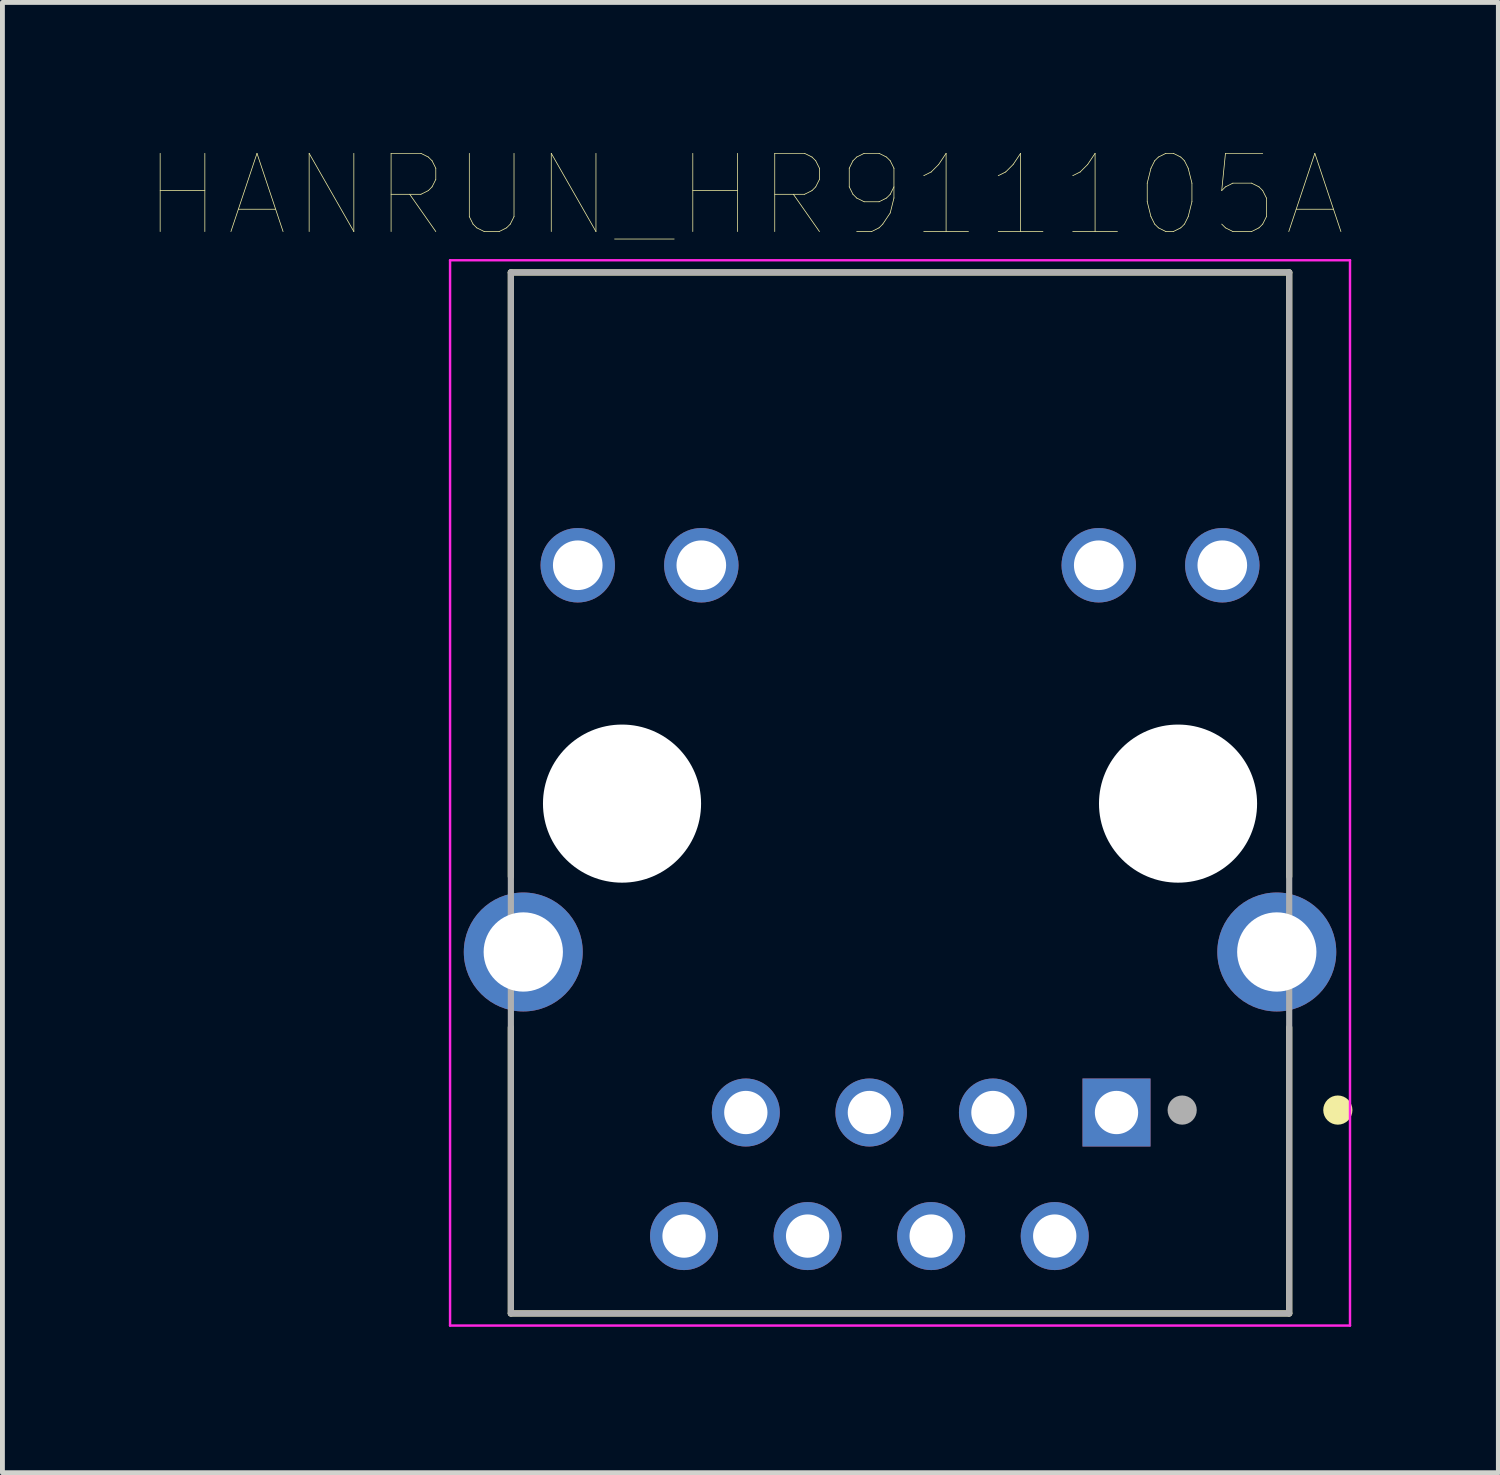
<source format=kicad_pcb>
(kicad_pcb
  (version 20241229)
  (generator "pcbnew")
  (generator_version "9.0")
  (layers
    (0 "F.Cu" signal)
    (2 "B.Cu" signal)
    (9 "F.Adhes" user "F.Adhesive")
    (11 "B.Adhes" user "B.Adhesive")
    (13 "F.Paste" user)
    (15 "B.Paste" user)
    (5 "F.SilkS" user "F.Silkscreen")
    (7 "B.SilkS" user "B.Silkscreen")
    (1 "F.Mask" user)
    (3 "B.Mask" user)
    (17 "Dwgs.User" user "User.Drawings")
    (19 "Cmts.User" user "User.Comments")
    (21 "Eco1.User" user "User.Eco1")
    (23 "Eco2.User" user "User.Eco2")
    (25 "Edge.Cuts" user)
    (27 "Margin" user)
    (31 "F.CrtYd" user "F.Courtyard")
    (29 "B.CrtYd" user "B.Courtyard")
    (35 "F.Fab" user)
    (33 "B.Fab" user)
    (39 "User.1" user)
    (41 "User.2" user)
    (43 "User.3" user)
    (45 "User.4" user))
  (footprint "HANRUN_HR911105A"
    (layer "F.Cu")
    (at 15.452 13.47)
    (property "Reference" "HANRUN_HR911105A" (at -3.188 -12.503 0) (layer "F.SilkS") (effects (font (size 1.608 1.608) (thickness 0.015))))
    (attr through_hole)
    (fp_line (start -8 -10.92) (end -8 1.5) (stroke (width 0.127) (type solid)) (layer "F.SilkS"))
    (fp_line (start -8 4.6) (end -8 10.48) (stroke (width 0.127) (type solid)) (layer "F.SilkS"))
    (fp_line (start 8 -10.92) (end -8 -10.92) (stroke (width 0.127) (type solid)) (layer "F.SilkS"))
    (fp_line (start 8 -10.92) (end 8 1.5) (stroke (width 0.127) (type solid)) (layer "F.SilkS"))
    (fp_line (start 8 4.6) (end 8 10.48) (stroke (width 0.127) (type solid)) (layer "F.SilkS"))
    (fp_line (start 8 10.48) (end -8 10.48) (stroke (width 0.127) (type solid)) (layer "F.SilkS"))
    (fp_circle (center 9 6.3) (end 9.15 6.3) (stroke (width 0.3) (type solid)) (fill no) (layer "F.SilkS"))
    (fp_line (start -9.25 -11.17) (end -9.25 10.73) (stroke (width 0.05) (type solid)) (layer "F.CrtYd"))
    (fp_line (start -9.25 10.73) (end 9.25 10.73) (stroke (width 0.05) (type solid)) (layer "F.CrtYd"))
    (fp_line (start 9.25 -11.17) (end -9.25 -11.17) (stroke (width 0.05) (type solid)) (layer "F.CrtYd"))
    (fp_line (start 9.25 10.73) (end 9.25 -11.17) (stroke (width 0.05) (type solid)) (layer "F.CrtYd"))
    (fp_line (start -8 -10.92) (end -8 10.48) (stroke (width 0.127) (type solid)) (layer "F.Fab"))
    (fp_line (start -8 10.48) (end 8 10.48) (stroke (width 0.127) (type solid)) (layer "F.Fab"))
    (fp_line (start 8 -10.92) (end -8 -10.92) (stroke (width 0.127) (type solid)) (layer "F.Fab"))
    (fp_line (start 8 10.48) (end 8 -10.92) (stroke (width 0.127) (type solid)) (layer "F.Fab"))
    (fp_circle (center 5.8 6.3) (end 5.95 6.3) (stroke (width 0.3) (type solid)) (fill no) (layer "F.Fab"))
    (pad "" np_thru_hole circle (at -5.715 0) (size 3.25 3.25) (drill 3.25) (layers "*.Cu" "*.Mask"))
    (pad "" np_thru_hole circle (at 5.715 0) (size 3.25 3.25) (drill 3.25) (layers "*.Cu" "*.Mask"))
    (pad "1" thru_hole rect (at 4.45 6.35) (size 1.398 1.398) (drill 0.89) (layers "*.Cu" "*.Mask"))
    (pad "2" thru_hole circle (at 3.18 8.89) (size 1.398 1.398) (drill 0.89) (layers "*.Cu" "*.Mask"))
    (pad "3" thru_hole circle (at 1.91 6.35) (size 1.398 1.398) (drill 0.89) (layers "*.Cu" "*.Mask"))
    (pad "4" thru_hole circle (at 0.64 8.89) (size 1.398 1.398) (drill 0.89) (layers "*.Cu" "*.Mask"))
    (pad "5" thru_hole circle (at -0.63 6.35) (size 1.398 1.398) (drill 0.89) (layers "*.Cu" "*.Mask"))
    (pad "6" thru_hole circle (at -1.9 8.89) (size 1.398 1.398) (drill 0.89) (layers "*.Cu" "*.Mask"))
    (pad "7" thru_hole circle (at -3.17 6.35) (size 1.398 1.398) (drill 0.89) (layers "*.Cu" "*.Mask"))
    (pad "8" thru_hole circle (at -4.44 8.89) (size 1.398 1.398) (drill 0.89) (layers "*.Cu" "*.Mask"))
    (pad "9" thru_hole circle (at 6.625 -4.9) (size 1.53 1.53) (drill 1.02) (layers "*.Cu" "*.Mask"))
    (pad "10" thru_hole circle (at 4.085 -4.9) (size 1.53 1.53) (drill 1.02) (layers "*.Cu" "*.Mask"))
    (pad "11" thru_hole circle (at -4.085 -4.9) (size 1.53 1.53) (drill 1.02) (layers "*.Cu" "*.Mask"))
    (pad "12" thru_hole circle (at -6.625 -4.9) (size 1.53 1.53) (drill 1.02) (layers "*.Cu" "*.Mask"))
    (pad "15" thru_hole circle (at 7.745 3.05) (size 2.445 2.445) (drill 1.63) (layers "*.Cu" "*.Mask"))
    (pad "16" thru_hole circle (at -7.745 3.05) (size 2.445 2.445) (drill 1.63) (layers "*.Cu" "*.Mask")))
  (gr_rect
    (start -3 -3)
    (end 27.752 27.225)
    (stroke (width 0.1) (type default))
    (fill no)
    (layer "Edge.Cuts")))
</source>
